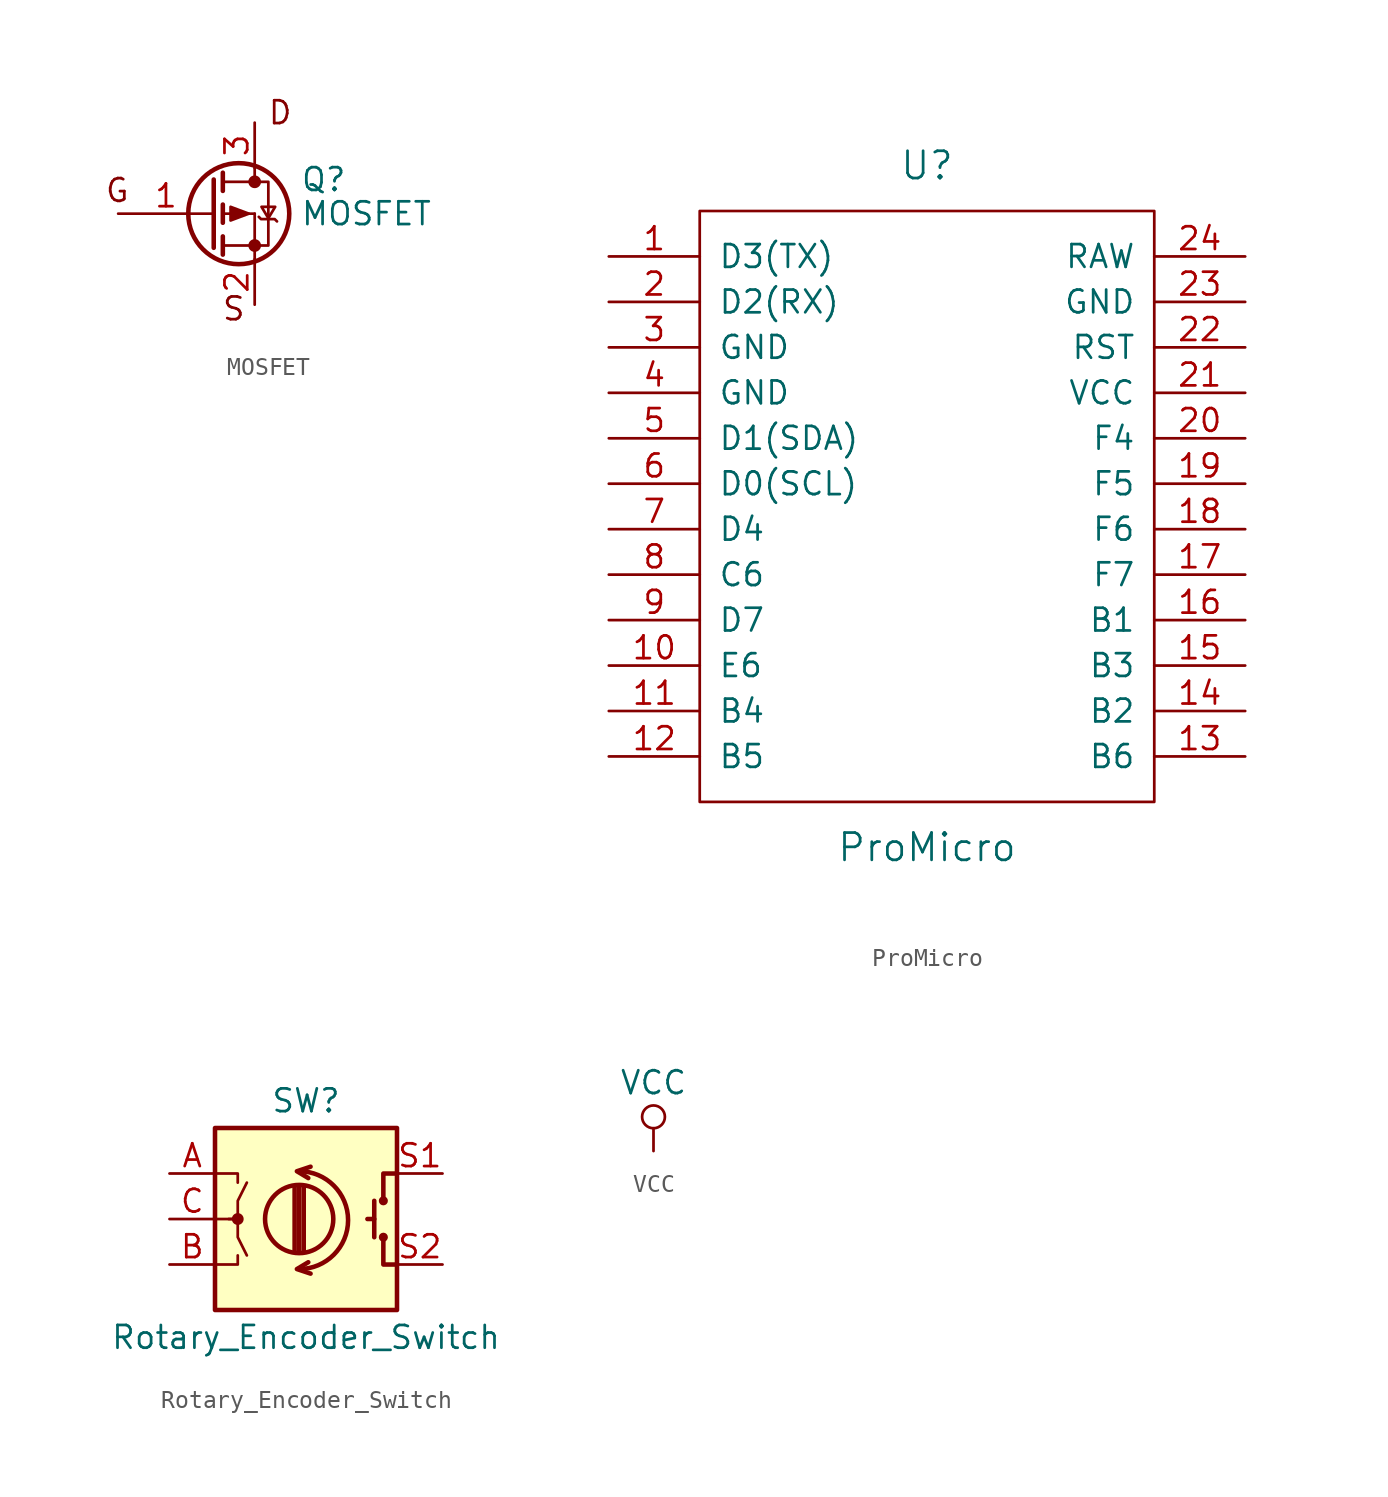
<source format=kicad_sym>
(kicad_symbol_lib
  (version 20211014)
  (generator kicad_symbol_editor)
  (symbol "MOSFET"
    (pin_names
      (offset 0) hide)
    (property "Reference" "Q"
      (at 5.08 1.905 0)
      (effects (font (size 1.27 1.27)) (justify left)))
    (property "Value" "MOSFET"
      (at 5.08 0 0)
      (effects (font (size 1.27 1.27)) (justify left)))
    (symbol "MOSFET_0_0"
      (text "D" (at 3.962 5.639 0) (effects (font (size 1.27 1.27))))
      (text "G" (at -5.131 1.295 0) (effects (font (size 1.27 1.27))))
      (text "S" (at 1.372 -5.309 0) (effects (font (size 1.27 1.27)))))
    (symbol "MOSFET_0_1"
      (polyline (pts (xy 0.762 -1.778) (xy 2.54 -1.778)) (stroke (width 0) (type default) (color 0 0 0 0)) (fill (type none)))
      (polyline (pts (xy 0.762 -1.27) (xy 0.762 -2.286)) (stroke (width 0.254) (type default) (color 0 0 0 0)) (fill (type none)))
      (polyline (pts (xy 0.762 0) (xy 2.54 0)) (stroke (width 0) (type default) (color 0 0 0 0)) (fill (type none)))
      (polyline (pts (xy 0.762 0.508) (xy 0.762 -0.508)) (stroke (width 0.254) (type default) (color 0 0 0 0)) (fill (type none)))
      (polyline (pts (xy 0.762 1.778) (xy 2.54 1.778)) (stroke (width 0) (type default) (color 0 0 0 0)) (fill (type none)))
      (polyline (pts (xy 0.762 2.286) (xy 0.762 1.27)) (stroke (width 0.254) (type default) (color 0 0 0 0)) (fill (type none)))
      (polyline (pts (xy 2.54 -1.778) (xy 2.54 -2.54)) (stroke (width 0) (type default) (color 0 0 0 0)) (fill (type none)))
      (polyline (pts (xy 2.54 -1.778) (xy 2.54 0)) (stroke (width 0) (type default) (color 0 0 0 0)) (fill (type none)))
      (polyline (pts (xy 2.54 2.54) (xy 2.54 1.778)) (stroke (width 0) (type default) (color 0 0 0 0)) (fill (type none)))
      (polyline (pts (xy 0.254 1.905) (xy 0.254 -1.905) (xy 0.254 -1.905)) (stroke (width 0.254) (type default) (color 0 0 0 0)) (fill (type none)))
      (polyline (pts (xy 2.21 0) (xy 1.194 -0.381) (xy 1.194 0.381) (xy 2.21 0)) (stroke (width 0) (type default) (color 0 0 0 0)) (fill (type outline)))
      (polyline (pts (xy 2.54 -1.778) (xy 3.302 -1.778) (xy 3.302 1.778) (xy 2.54 1.778)) (stroke (width 0) (type default) (color 0 0 0 0)) (fill (type none)))
      (polyline (pts (xy 2.769 -0.178) (xy 2.896 -0.305) (xy 3.658 -0.305) (xy 3.785 -0.432)) (stroke (width 0) (type default) (color 0 0 0 0)) (fill (type none)))
      (polyline (pts (xy 3.302 -0.254) (xy 3.683 0.381) (xy 2.921 0.381) (xy 3.302 -0.254)) (stroke (width 0) (type default) (color 0 0 0 0)) (fill (type none)))
      (circle (center 1.651 0) (radius 2.819) (stroke (width 0.254) (type default) (color 0 0 0 0)) (fill (type none)))
      (circle (center 2.54 -1.778) (radius 0.279) (stroke (width 0) (type default) (color 0 0 0 0)) (fill (type outline)))
      (circle (center 2.54 1.778) (radius 0.279) (stroke (width 0) (type default) (color 0 0 0 0)) (fill (type outline))))
    (symbol "MOSFET_1_1"
      (pin input line (at -5.08 0 0) (length 5.334) (name "G" (effects (font (size 1.27 1.27)))) (number "1" (effects (font (size 1.27 1.27)))))
      (pin passive line (at 2.54 -5.08 90) (length 2.54) (name "S" (effects (font (size 1.27 1.27)))) (number "2" (effects (font (size 1.27 1.27)))))
      (pin passive line (at 2.54 5.08 270) (length 2.54) (name "D" (effects (font (size 1.27 1.27)))) (number "3" (effects (font (size 1.27 1.27)))))))
  (symbol "ProMicro"
    (pin_names
      (offset 1.016))
    (property "Reference" "U"
      (at 0 24.13 0)
      (effects (font (size 1.524 1.524))))
    (property "Value" "ProMicro"
      (at 0 -13.97 0)
      (effects (font (size 1.524 1.524))))
    (symbol "ProMicro_0_1"
      (rectangle (start -12.7 21.59) (end 12.7 -11.43) (stroke (width 0) (type default) (color 0 0 0 0)) (fill (type none))))
    (symbol "ProMicro_1_1"
      (pin bidirectional line (at -17.78 19.05 0) (length 5.08) (name "D3(TX)" (effects (font (size 1.27 1.27)))) (number "1" (effects (font (size 1.27 1.27)))))
      (pin bidirectional line (at -17.78 -3.81 0) (length 5.08) (name "E6" (effects (font (size 1.27 1.27)))) (number "10" (effects (font (size 1.27 1.27)))))
      (pin bidirectional line (at -17.78 -6.35 0) (length 5.08) (name "B4" (effects (font (size 1.27 1.27)))) (number "11" (effects (font (size 1.27 1.27)))))
      (pin bidirectional line (at -17.78 -8.89 0) (length 5.08) (name "B5" (effects (font (size 1.27 1.27)))) (number "12" (effects (font (size 1.27 1.27)))))
      (pin bidirectional line (at 17.78 -8.89 180) (length 5.08) (name "B6" (effects (font (size 1.27 1.27)))) (number "13" (effects (font (size 1.27 1.27)))))
      (pin bidirectional line (at 17.78 -6.35 180) (length 5.08) (name "B2" (effects (font (size 1.27 1.27)))) (number "14" (effects (font (size 1.27 1.27)))))
      (pin bidirectional line (at 17.78 -3.81 180) (length 5.08) (name "B3" (effects (font (size 1.27 1.27)))) (number "15" (effects (font (size 1.27 1.27)))))
      (pin bidirectional line (at 17.78 -1.27 180) (length 5.08) (name "B1" (effects (font (size 1.27 1.27)))) (number "16" (effects (font (size 1.27 1.27)))))
      (pin bidirectional line (at 17.78 1.27 180) (length 5.08) (name "F7" (effects (font (size 1.27 1.27)))) (number "17" (effects (font (size 1.27 1.27)))))
      (pin bidirectional line (at 17.78 3.81 180) (length 5.08) (name "F6" (effects (font (size 1.27 1.27)))) (number "18" (effects (font (size 1.27 1.27)))))
      (pin bidirectional line (at 17.78 6.35 180) (length 5.08) (name "F5" (effects (font (size 1.27 1.27)))) (number "19" (effects (font (size 1.27 1.27)))))
      (pin bidirectional line (at -17.78 16.51 0) (length 5.08) (name "D2(RX)" (effects (font (size 1.27 1.27)))) (number "2" (effects (font (size 1.27 1.27)))))
      (pin bidirectional line (at 17.78 8.89 180) (length 5.08) (name "F4" (effects (font (size 1.27 1.27)))) (number "20" (effects (font (size 1.27 1.27)))))
      (pin power_in line (at 17.78 11.43 180) (length 5.08) (name "VCC" (effects (font (size 1.27 1.27)))) (number "21" (effects (font (size 1.27 1.27)))))
      (pin input line (at 17.78 13.97 180) (length 5.08) (name "RST" (effects (font (size 1.27 1.27)))) (number "22" (effects (font (size 1.27 1.27)))))
      (pin power_in line (at 17.78 16.51 180) (length 5.08) (name "GND" (effects (font (size 1.27 1.27)))) (number "23" (effects (font (size 1.27 1.27)))))
      (pin power_out line (at 17.78 19.05 180) (length 5.08) (name "RAW" (effects (font (size 1.27 1.27)))) (number "24" (effects (font (size 1.27 1.27)))))
      (pin power_in line (at -17.78 13.97 0) (length 5.08) (name "GND" (effects (font (size 1.27 1.27)))) (number "3" (effects (font (size 1.27 1.27)))))
      (pin power_in line (at -17.78 11.43 0) (length 5.08) (name "GND" (effects (font (size 1.27 1.27)))) (number "4" (effects (font (size 1.27 1.27)))))
      (pin bidirectional line (at -17.78 8.89 0) (length 5.08) (name "D1(SDA)" (effects (font (size 1.27 1.27)))) (number "5" (effects (font (size 1.27 1.27)))))
      (pin bidirectional line (at -17.78 6.35 0) (length 5.08) (name "D0(SCL)" (effects (font (size 1.27 1.27)))) (number "6" (effects (font (size 1.27 1.27)))))
      (pin bidirectional line (at -17.78 3.81 0) (length 5.08) (name "D4" (effects (font (size 1.27 1.27)))) (number "7" (effects (font (size 1.27 1.27)))))
      (pin bidirectional line (at -17.78 1.27 0) (length 5.08) (name "C6" (effects (font (size 1.27 1.27)))) (number "8" (effects (font (size 1.27 1.27)))))
      (pin bidirectional line (at -17.78 -1.27 0) (length 5.08) (name "D7" (effects (font (size 1.27 1.27)))) (number "9" (effects (font (size 1.27 1.27)))))))
  (symbol "Rotary_Encoder_Switch"
    (pin_names
      (offset 0.254) hide)
    (property "Reference" "SW"
      (at 0 6.604 0)
      (effects (font (size 1.27 1.27))))
    (property "Value" "Rotary_Encoder_Switch"
      (at 0 -6.604 0)
      (effects (font (size 1.27 1.27))))
    (symbol "Rotary_Encoder_Switch_0_1"
      (rectangle (start -5.08 5.08) (end 5.08 -5.08) (stroke (width 0.254) (type default) (color 0 0 0 0)) (fill (type background)))
      (circle (center -3.81 0) (radius 0.254) (stroke (width 0) (type default) (color 0 0 0 0)) (fill (type outline)))
      (arc (start -0.381 -2.794) (mid 2.3622 -0.0635) (end -0.381 2.667) (stroke (width 0.254) (type default) (color 0 0 0 0)) (fill (type none)))
      (circle (center -0.381 0) (radius 1.905) (stroke (width 0.254) (type default) (color 0 0 0 0)) (fill (type none)))
      (polyline (pts (xy -0.635 -1.778) (xy -0.635 1.778)) (stroke (width 0.254) (type default) (color 0 0 0 0)) (fill (type none)))
      (polyline (pts (xy -0.381 -1.778) (xy -0.381 1.778)) (stroke (width 0.254) (type default) (color 0 0 0 0)) (fill (type none)))
      (polyline (pts (xy -0.127 1.778) (xy -0.127 -1.778)) (stroke (width 0.254) (type default) (color 0 0 0 0)) (fill (type none)))
      (polyline (pts (xy 3.81 0) (xy 3.429 0)) (stroke (width 0.254) (type default) (color 0 0 0 0)) (fill (type none)))
      (polyline (pts (xy 3.81 1.016) (xy 3.81 -1.016)) (stroke (width 0.254) (type default) (color 0 0 0 0)) (fill (type none)))
      (polyline (pts (xy -5.08 -2.54) (xy -3.81 -2.54) (xy -3.81 -2.032)) (stroke (width 0) (type default) (color 0 0 0 0)) (fill (type none)))
      (polyline (pts (xy -5.08 2.54) (xy -3.81 2.54) (xy -3.81 2.032)) (stroke (width 0) (type default) (color 0 0 0 0)) (fill (type none)))
      (polyline (pts (xy 0.254 -3.048) (xy -0.508 -2.794) (xy 0.127 -2.413)) (stroke (width 0.254) (type default) (color 0 0 0 0)) (fill (type none)))
      (polyline (pts (xy 0.254 2.921) (xy -0.508 2.667) (xy 0.127 2.286)) (stroke (width 0.254) (type default) (color 0 0 0 0)) (fill (type none)))
      (polyline (pts (xy 5.08 -2.54) (xy 4.318 -2.54) (xy 4.318 -1.016)) (stroke (width 0.254) (type default) (color 0 0 0 0)) (fill (type none)))
      (polyline (pts (xy 5.08 2.54) (xy 4.318 2.54) (xy 4.318 1.016)) (stroke (width 0.254) (type default) (color 0 0 0 0)) (fill (type none)))
      (polyline (pts (xy -5.08 0) (xy -3.81 0) (xy -3.81 -1.016) (xy -3.302 -2.032)) (stroke (width 0) (type default) (color 0 0 0 0)) (fill (type none)))
      (polyline (pts (xy -4.318 0) (xy -3.81 0) (xy -3.81 1.016) (xy -3.302 2.032)) (stroke (width 0) (type default) (color 0 0 0 0)) (fill (type none)))
      (circle (center 4.318 -1.016) (radius 0.127) (stroke (width 0.254) (type default) (color 0 0 0 0)) (fill (type none)))
      (circle (center 4.318 1.016) (radius 0.127) (stroke (width 0.254) (type default) (color 0 0 0 0)) (fill (type none))))
    (symbol "Rotary_Encoder_Switch_1_1"
      (pin passive line (at -7.62 2.54 0) (length 2.54) (name "A" (effects (font (size 1.27 1.27)))) (number "A" (effects (font (size 1.27 1.27)))))
      (pin passive line (at -7.62 -2.54 0) (length 2.54) (name "B" (effects (font (size 1.27 1.27)))) (number "B" (effects (font (size 1.27 1.27)))))
      (pin passive line (at -7.62 0 0) (length 2.54) (name "C" (effects (font (size 1.27 1.27)))) (number "C" (effects (font (size 1.27 1.27)))))
      (pin passive line (at 7.62 2.54 180) (length 2.54) (name "S1" (effects (font (size 1.27 1.27)))) (number "S1" (effects (font (size 1.27 1.27)))))
      (pin passive line (at 7.62 -2.54 180) (length 2.54) (name "S2" (effects (font (size 1.27 1.27)))) (number "S2" (effects (font (size 1.27 1.27)))))))
  (symbol "VCC"
    (power)
    (pin_names
      (offset 0))
    (property "Reference" "#PWR"
      (at 0 -3.81 0)
      (effects (font (size 1.27 1.27)) hide))
    (property "Value" "VCC"
      (at 0 3.81 0)
      (effects (font (size 1.27 1.27))))
    (symbol "VCC_0_1"
      (polyline (pts (xy 0 0) (xy 0 1.27)) (stroke (width 0) (type default) (color 0 0 0 0)) (fill (type none)))
      (circle (center 0 1.905) (radius 0.635) (stroke (width 0) (type default) (color 0 0 0 0)) (fill (type none))))
    (symbol "VCC_1_1"
      (pin power_in line (at 0 0 90) (length 0) hide (name "VCC" (effects (font (size 1.27 1.27)))) (number "1" (effects (font (size 1.27 1.27))))))))
</source>
